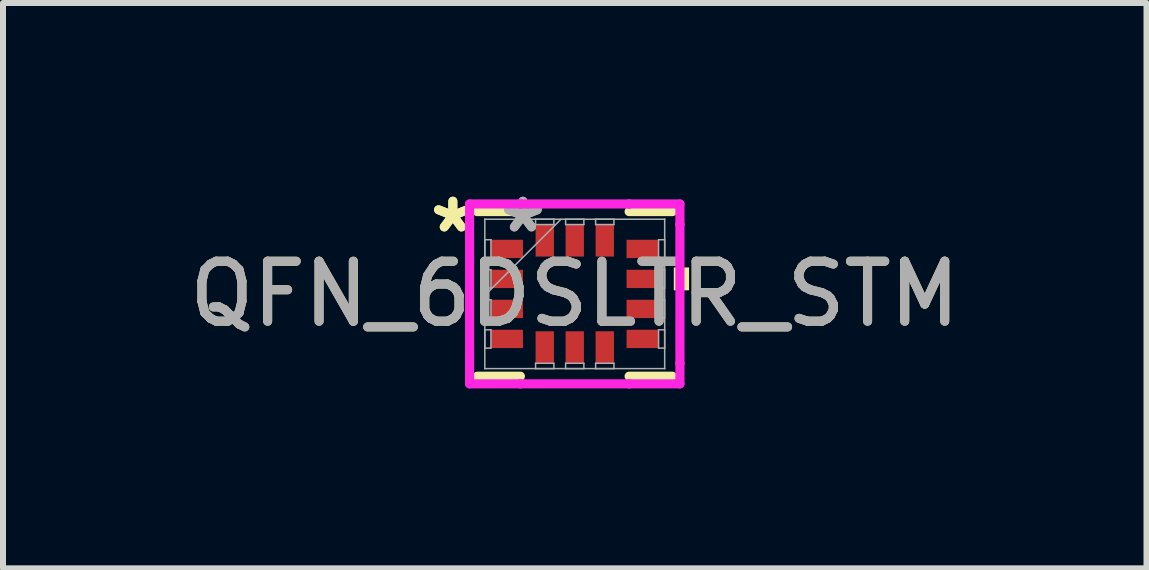
<source format=kicad_pcb>
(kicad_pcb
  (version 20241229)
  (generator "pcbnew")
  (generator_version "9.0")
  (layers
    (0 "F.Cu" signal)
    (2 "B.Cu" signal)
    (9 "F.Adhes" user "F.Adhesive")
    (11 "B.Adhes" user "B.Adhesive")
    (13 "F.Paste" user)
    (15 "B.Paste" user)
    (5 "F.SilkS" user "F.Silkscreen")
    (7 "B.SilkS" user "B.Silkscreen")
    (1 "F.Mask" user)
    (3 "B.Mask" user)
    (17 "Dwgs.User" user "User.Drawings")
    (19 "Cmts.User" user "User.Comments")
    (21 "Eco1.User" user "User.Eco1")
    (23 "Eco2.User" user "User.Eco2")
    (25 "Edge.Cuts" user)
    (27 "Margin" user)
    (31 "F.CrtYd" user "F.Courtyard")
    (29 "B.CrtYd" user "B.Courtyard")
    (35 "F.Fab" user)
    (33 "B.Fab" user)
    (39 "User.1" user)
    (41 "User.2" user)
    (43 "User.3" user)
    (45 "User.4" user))
  (footprint "QFN_6DSLTR_STM"
    (layer "F.Cu")
    (at 6.53 1.849)
    (property "Reference" "QFN_6DSLTR_STM" (at 0 0 0) (unlocked yes) (layer "F.SilkS") (effects (font (size 1 1) (thickness 0.15))))
    (attr smd)
    (fp_line (start -1.626 1.372) (end -0.906 1.372) (stroke (width 0.152) (type solid)) (layer "F.SilkS"))
    (fp_line (start -0.906 -1.372) (end -1.626 -1.372) (stroke (width 0.152) (type solid)) (layer "F.SilkS"))
    (fp_line (start 0.906 1.372) (end 1.626 1.372) (stroke (width 0.152) (type solid)) (layer "F.SilkS"))
    (fp_line (start 1.626 -1.372) (end 0.906 -1.372) (stroke (width 0.152) (type solid)) (layer "F.SilkS"))
    (fp_poly (pts (xy 1.905 -0.441) (xy 1.905 -0.06) (xy 1.651 -0.06) (xy 1.651 -0.441)) (stroke (width 0) (type solid)) (fill yes) (layer "F.SilkS"))
    (fp_line (start -1.753 -1.499) (end -0.907 -1.499) (stroke (width 0.152) (type solid)) (layer "F.CrtYd"))
    (fp_line (start -1.753 -1.157) (end -1.753 -1.499) (stroke (width 0.152) (type solid)) (layer "F.CrtYd"))
    (fp_line (start -1.753 -1.157) (end -1.753 -1.157) (stroke (width 0.152) (type solid)) (layer "F.CrtYd"))
    (fp_line (start -1.753 1.157) (end -1.753 -1.157) (stroke (width 0.152) (type solid)) (layer "F.CrtYd"))
    (fp_line (start -1.753 1.157) (end -1.753 1.157) (stroke (width 0.152) (type solid)) (layer "F.CrtYd"))
    (fp_line (start -1.753 1.499) (end -1.753 1.157) (stroke (width 0.152) (type solid)) (layer "F.CrtYd"))
    (fp_line (start -0.907 -1.499) (end -0.907 -1.499) (stroke (width 0.152) (type solid)) (layer "F.CrtYd"))
    (fp_line (start -0.907 -1.499) (end 0.907 -1.499) (stroke (width 0.152) (type solid)) (layer "F.CrtYd"))
    (fp_line (start -0.907 1.499) (end -1.753 1.499) (stroke (width 0.152) (type solid)) (layer "F.CrtYd"))
    (fp_line (start -0.907 1.499) (end -0.907 1.499) (stroke (width 0.152) (type solid)) (layer "F.CrtYd"))
    (fp_line (start 0.907 -1.499) (end 0.907 -1.499) (stroke (width 0.152) (type solid)) (layer "F.CrtYd"))
    (fp_line (start 0.907 -1.499) (end 1.753 -1.499) (stroke (width 0.152) (type solid)) (layer "F.CrtYd"))
    (fp_line (start 0.907 1.499) (end -0.907 1.499) (stroke (width 0.152) (type solid)) (layer "F.CrtYd"))
    (fp_line (start 0.907 1.499) (end 0.907 1.499) (stroke (width 0.152) (type solid)) (layer "F.CrtYd"))
    (fp_line (start 1.753 -1.499) (end 1.753 -1.157) (stroke (width 0.152) (type solid)) (layer "F.CrtYd"))
    (fp_line (start 1.753 -1.157) (end 1.753 -1.157) (stroke (width 0.152) (type solid)) (layer "F.CrtYd"))
    (fp_line (start 1.753 -1.157) (end 1.753 1.157) (stroke (width 0.152) (type solid)) (layer "F.CrtYd"))
    (fp_line (start 1.753 1.157) (end 1.753 1.157) (stroke (width 0.152) (type solid)) (layer "F.CrtYd"))
    (fp_line (start 1.753 1.157) (end 1.753 1.499) (stroke (width 0.152) (type solid)) (layer "F.CrtYd"))
    (fp_line (start 1.753 1.499) (end 0.907 1.499) (stroke (width 0.152) (type solid)) (layer "F.CrtYd"))
    (fp_line (start -1.499 -1.245) (end -1.499 -1.245) (stroke (width 0.025) (type solid)) (layer "F.Fab"))
    (fp_line (start -1.499 -1.245) (end -1.499 1.245) (stroke (width 0.025) (type solid)) (layer "F.Fab"))
    (fp_line (start -1.499 -0.903) (end -1.397 -0.903) (stroke (width 0.025) (type solid)) (layer "F.Fab"))
    (fp_line (start -1.499 -0.598) (end -1.499 -0.903) (stroke (width 0.025) (type solid)) (layer "F.Fab"))
    (fp_line (start -1.499 -0.402) (end -1.397 -0.402) (stroke (width 0.025) (type solid)) (layer "F.Fab"))
    (fp_line (start -1.499 -0.098) (end -1.499 -0.402) (stroke (width 0.025) (type solid)) (layer "F.Fab"))
    (fp_line (start -1.499 0.025) (end -0.229 -1.245) (stroke (width 0.025) (type solid)) (layer "F.Fab"))
    (fp_line (start -1.499 0.098) (end -1.397 0.098) (stroke (width 0.025) (type solid)) (layer "F.Fab"))
    (fp_line (start -1.499 0.402) (end -1.499 0.098) (stroke (width 0.025) (type solid)) (layer "F.Fab"))
    (fp_line (start -1.499 0.598) (end -1.397 0.598) (stroke (width 0.025) (type solid)) (layer "F.Fab"))
    (fp_line (start -1.499 0.903) (end -1.499 0.598) (stroke (width 0.025) (type solid)) (layer "F.Fab"))
    (fp_line (start -1.499 1.245) (end -1.499 1.245) (stroke (width 0.025) (type solid)) (layer "F.Fab"))
    (fp_line (start -1.499 1.245) (end 1.499 1.245) (stroke (width 0.025) (type solid)) (layer "F.Fab"))
    (fp_line (start -1.397 -0.903) (end -1.397 -0.598) (stroke (width 0.025) (type solid)) (layer "F.Fab"))
    (fp_line (start -1.397 -0.598) (end -1.499 -0.598) (stroke (width 0.025) (type solid)) (layer "F.Fab"))
    (fp_line (start -1.397 -0.402) (end -1.397 -0.098) (stroke (width 0.025) (type solid)) (layer "F.Fab"))
    (fp_line (start -1.397 -0.098) (end -1.499 -0.098) (stroke (width 0.025) (type solid)) (layer "F.Fab"))
    (fp_line (start -1.397 0.098) (end -1.397 0.402) (stroke (width 0.025) (type solid)) (layer "F.Fab"))
    (fp_line (start -1.397 0.402) (end -1.499 0.402) (stroke (width 0.025) (type solid)) (layer "F.Fab"))
    (fp_line (start -1.397 0.598) (end -1.397 0.903) (stroke (width 0.025) (type solid)) (layer "F.Fab"))
    (fp_line (start -1.397 0.903) (end -1.499 0.903) (stroke (width 0.025) (type solid)) (layer "F.Fab"))
    (fp_line (start -0.653 -1.245) (end -0.348 -1.245) (stroke (width 0.025) (type solid)) (layer "F.Fab"))
    (fp_line (start -0.653 -1.156) (end -0.653 -1.245) (stroke (width 0.025) (type solid)) (layer "F.Fab"))
    (fp_line (start -0.653 1.156) (end -0.348 1.156) (stroke (width 0.025) (type solid)) (layer "F.Fab"))
    (fp_line (start -0.653 1.245) (end -0.653 1.156) (stroke (width 0.025) (type solid)) (layer "F.Fab"))
    (fp_line (start -0.348 -1.245) (end -0.348 -1.156) (stroke (width 0.025) (type solid)) (layer "F.Fab"))
    (fp_line (start -0.348 -1.156) (end -0.653 -1.156) (stroke (width 0.025) (type solid)) (layer "F.Fab"))
    (fp_line (start -0.348 1.156) (end -0.348 1.245) (stroke (width 0.025) (type solid)) (layer "F.Fab"))
    (fp_line (start -0.348 1.245) (end -0.653 1.245) (stroke (width 0.025) (type solid)) (layer "F.Fab"))
    (fp_line (start -0.152 -1.245) (end 0.152 -1.245) (stroke (width 0.025) (type solid)) (layer "F.Fab"))
    (fp_line (start -0.152 -1.156) (end -0.152 -1.245) (stroke (width 0.025) (type solid)) (layer "F.Fab"))
    (fp_line (start -0.152 1.156) (end 0.152 1.156) (stroke (width 0.025) (type solid)) (layer "F.Fab"))
    (fp_line (start -0.152 1.245) (end -0.152 1.156) (stroke (width 0.025) (type solid)) (layer "F.Fab"))
    (fp_line (start 0.152 -1.245) (end 0.152 -1.156) (stroke (width 0.025) (type solid)) (layer "F.Fab"))
    (fp_line (start 0.152 -1.156) (end -0.152 -1.156) (stroke (width 0.025) (type solid)) (layer "F.Fab"))
    (fp_line (start 0.152 1.156) (end 0.152 1.245) (stroke (width 0.025) (type solid)) (layer "F.Fab"))
    (fp_line (start 0.152 1.245) (end -0.152 1.245) (stroke (width 0.025) (type solid)) (layer "F.Fab"))
    (fp_line (start 0.348 -1.245) (end 0.653 -1.245) (stroke (width 0.025) (type solid)) (layer "F.Fab"))
    (fp_line (start 0.348 -1.156) (end 0.348 -1.245) (stroke (width 0.025) (type solid)) (layer "F.Fab"))
    (fp_line (start 0.348 1.156) (end 0.653 1.156) (stroke (width 0.025) (type solid)) (layer "F.Fab"))
    (fp_line (start 0.348 1.245) (end 0.348 1.156) (stroke (width 0.025) (type solid)) (layer "F.Fab"))
    (fp_line (start 0.653 -1.245) (end 0.653 -1.156) (stroke (width 0.025) (type solid)) (layer "F.Fab"))
    (fp_line (start 0.653 -1.156) (end 0.348 -1.156) (stroke (width 0.025) (type solid)) (layer "F.Fab"))
    (fp_line (start 0.653 1.156) (end 0.653 1.245) (stroke (width 0.025) (type solid)) (layer "F.Fab"))
    (fp_line (start 0.653 1.245) (end 0.348 1.245) (stroke (width 0.025) (type solid)) (layer "F.Fab"))
    (fp_line (start 1.397 -0.903) (end 1.499 -0.903) (stroke (width 0.025) (type solid)) (layer "F.Fab"))
    (fp_line (start 1.397 -0.598) (end 1.397 -0.903) (stroke (width 0.025) (type solid)) (layer "F.Fab"))
    (fp_line (start 1.397 -0.402) (end 1.499 -0.402) (stroke (width 0.025) (type solid)) (layer "F.Fab"))
    (fp_line (start 1.397 -0.098) (end 1.397 -0.402) (stroke (width 0.025) (type solid)) (layer "F.Fab"))
    (fp_line (start 1.397 0.098) (end 1.499 0.098) (stroke (width 0.025) (type solid)) (layer "F.Fab"))
    (fp_line (start 1.397 0.402) (end 1.397 0.098) (stroke (width 0.025) (type solid)) (layer "F.Fab"))
    (fp_line (start 1.397 0.598) (end 1.499 0.598) (stroke (width 0.025) (type solid)) (layer "F.Fab"))
    (fp_line (start 1.397 0.903) (end 1.397 0.598) (stroke (width 0.025) (type solid)) (layer "F.Fab"))
    (fp_line (start 1.499 -1.245) (end -1.499 -1.245) (stroke (width 0.025) (type solid)) (layer "F.Fab"))
    (fp_line (start 1.499 -1.245) (end 1.499 -1.245) (stroke (width 0.025) (type solid)) (layer "F.Fab"))
    (fp_line (start 1.499 -0.903) (end 1.499 -0.598) (stroke (width 0.025) (type solid)) (layer "F.Fab"))
    (fp_line (start 1.499 -0.598) (end 1.397 -0.598) (stroke (width 0.025) (type solid)) (layer "F.Fab"))
    (fp_line (start 1.499 -0.402) (end 1.499 -0.098) (stroke (width 0.025) (type solid)) (layer "F.Fab"))
    (fp_line (start 1.499 -0.098) (end 1.397 -0.098) (stroke (width 0.025) (type solid)) (layer "F.Fab"))
    (fp_line (start 1.499 0.098) (end 1.499 0.402) (stroke (width 0.025) (type solid)) (layer "F.Fab"))
    (fp_line (start 1.499 0.402) (end 1.397 0.402) (stroke (width 0.025) (type solid)) (layer "F.Fab"))
    (fp_line (start 1.499 0.598) (end 1.499 0.903) (stroke (width 0.025) (type solid)) (layer "F.Fab"))
    (fp_line (start 1.499 0.903) (end 1.397 0.903) (stroke (width 0.025) (type solid)) (layer "F.Fab"))
    (fp_line (start 1.499 1.245) (end 1.499 -1.245) (stroke (width 0.025) (type solid)) (layer "F.Fab"))
    (fp_line (start 1.499 1.245) (end 1.499 1.245) (stroke (width 0.025) (type solid)) (layer "F.Fab"))
    (fp_text user "*" (at -2.032 -1 0) (layer "F.SilkS") (effects (font (size 1 1) (thickness 0.15))))
    (fp_text user "*" (at -2.032 -1 0) (unlocked yes) (layer "F.SilkS") (effects (font (size 1 1) (thickness 0.15))))
    (fp_text user "*" (at -0.864 -1 0) (unlocked yes) (layer "F.Fab") (effects (font (size 1 1) (thickness 0.15))))
    (fp_text user "${REFERENCE}" (at 0 0 0) (unlocked yes) (layer "F.Fab") (effects (font (size 1 1) (thickness 0.15))))
    (fp_text user "*" (at -0.864 -1 0) (layer "F.Fab") (effects (font (size 1 1) (thickness 0.15))))
    (pad "1" smd rect (at -1.13 -0.75 90) (size 0.305 0.533) (layers "F.Cu" "F.Mask" "F.Paste"))
    (pad "2" smd rect (at -1.13 -0.25 90) (size 0.305 0.533) (layers "F.Cu" "F.Mask" "F.Paste"))
    (pad "3" smd rect (at -1.13 0.25 90) (size 0.305 0.533) (layers "F.Cu" "F.Mask" "F.Paste"))
    (pad "4" smd rect (at -1.13 0.75 90) (size 0.305 0.533) (layers "F.Cu" "F.Mask" "F.Paste"))
    (pad "5" smd rect (at -0.5 0.889) (size 0.305 0.533) (layers "F.Cu" "F.Mask" "F.Paste"))
    (pad "6" smd rect (at 0 0.889) (size 0.305 0.533) (layers "F.Cu" "F.Mask" "F.Paste"))
    (pad "7" smd rect (at 0.5 0.889) (size 0.305 0.533) (layers "F.Cu" "F.Mask" "F.Paste"))
    (pad "8" smd rect (at 1.13 0.75 90) (size 0.305 0.533) (layers "F.Cu" "F.Mask" "F.Paste"))
    (pad "9" smd rect (at 1.13 0.25 90) (size 0.305 0.533) (layers "F.Cu" "F.Mask" "F.Paste"))
    (pad "10" smd rect (at 1.13 -0.25 90) (size 0.305 0.533) (layers "F.Cu" "F.Mask" "F.Paste"))
    (pad "11" smd rect (at 1.13 -0.75 90) (size 0.305 0.533) (layers "F.Cu" "F.Mask" "F.Paste"))
    (pad "12" smd rect (at 0.5 -0.889) (size 0.305 0.533) (layers "F.Cu" "F.Mask" "F.Paste"))
    (pad "13" smd rect (at 0 -0.889) (size 0.305 0.533) (layers "F.Cu" "F.Mask" "F.Paste"))
    (pad "14" smd rect (at -0.5 -0.889) (size 0.305 0.533) (layers "F.Cu" "F.Mask" "F.Paste")))
  (gr_rect
    (start -3 -3)
    (end 16.06 6.423)
    (stroke (width 0.1) (type default))
    (fill no)
    (layer "Edge.Cuts")))
</source>
